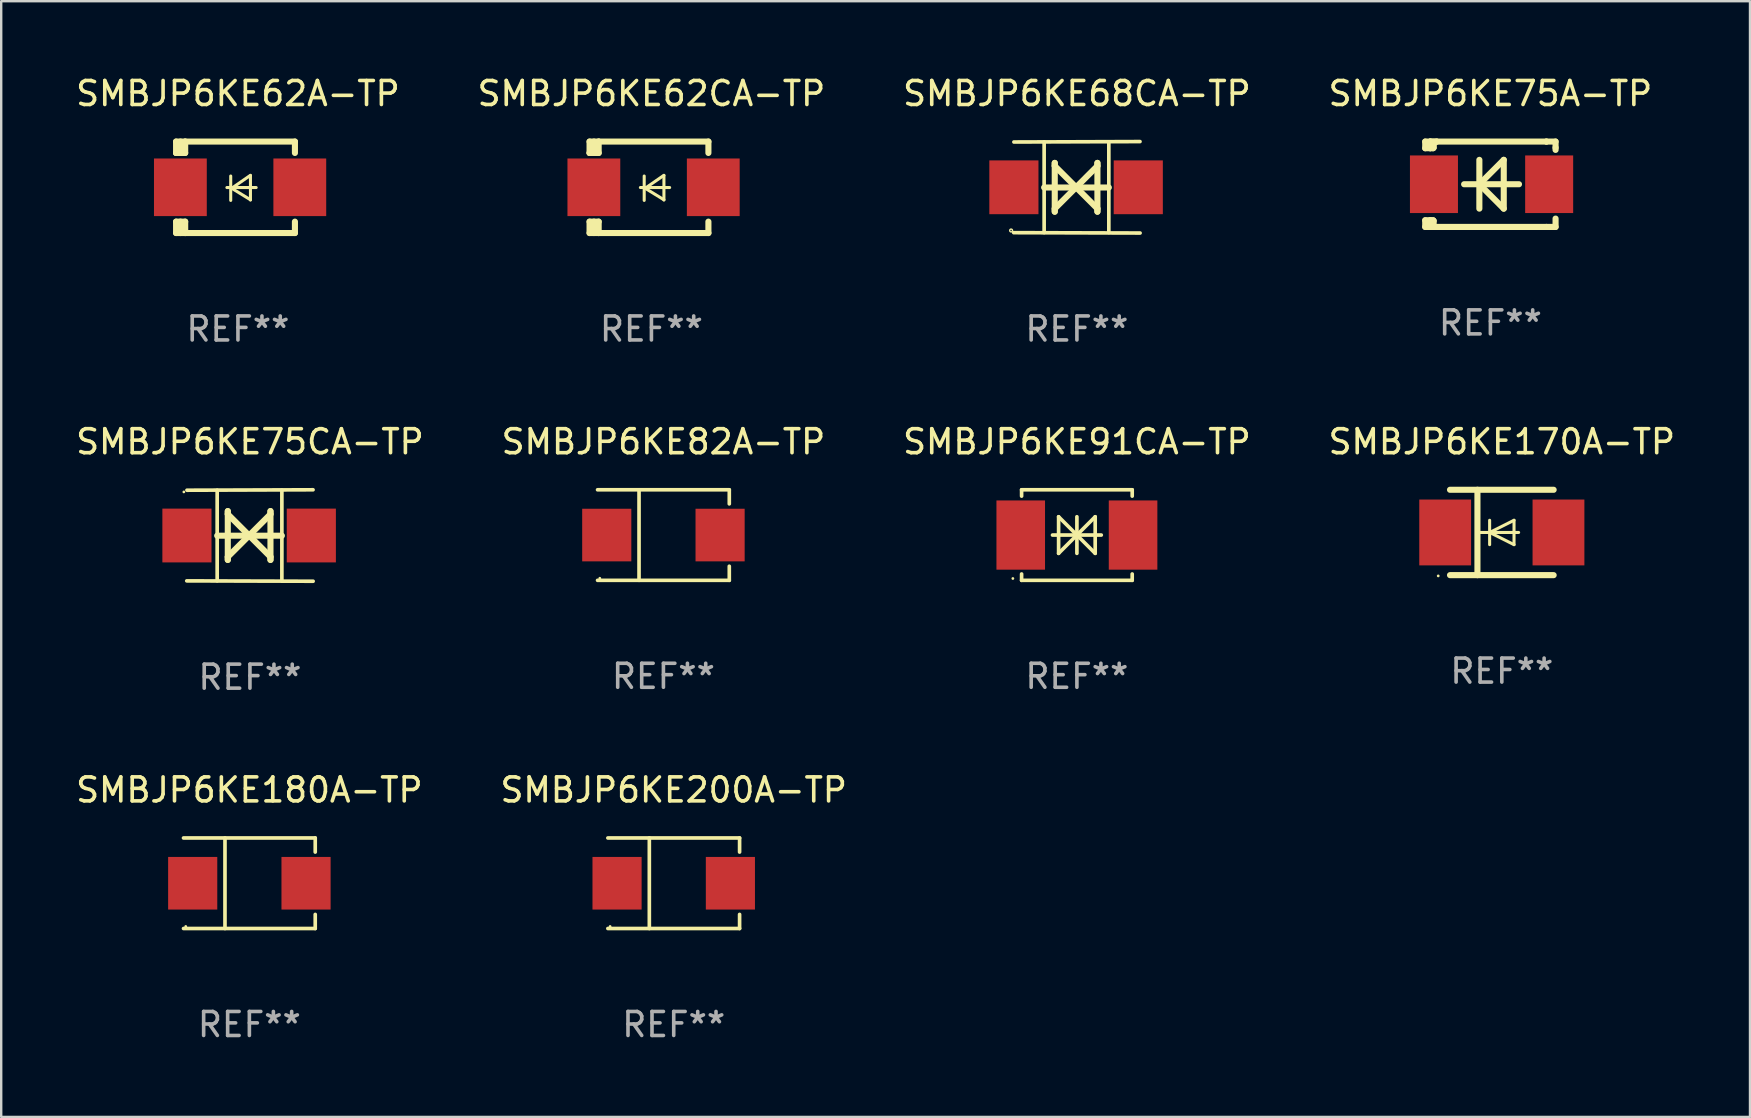
<source format=kicad_pcb>
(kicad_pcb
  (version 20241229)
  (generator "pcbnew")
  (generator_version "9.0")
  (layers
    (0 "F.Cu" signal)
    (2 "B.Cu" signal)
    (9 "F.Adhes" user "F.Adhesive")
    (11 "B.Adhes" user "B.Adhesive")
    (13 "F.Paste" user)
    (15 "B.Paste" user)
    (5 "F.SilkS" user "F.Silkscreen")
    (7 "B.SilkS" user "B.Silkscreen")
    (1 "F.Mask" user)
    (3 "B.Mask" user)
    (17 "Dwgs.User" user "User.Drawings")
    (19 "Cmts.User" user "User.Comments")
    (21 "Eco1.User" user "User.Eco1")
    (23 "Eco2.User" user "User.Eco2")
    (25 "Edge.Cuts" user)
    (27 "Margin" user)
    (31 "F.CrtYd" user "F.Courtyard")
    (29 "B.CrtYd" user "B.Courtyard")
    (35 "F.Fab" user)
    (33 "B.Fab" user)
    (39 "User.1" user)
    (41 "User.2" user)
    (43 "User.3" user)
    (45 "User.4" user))
  (footprint "SMBJP6KE75A-TP"
    (layer "F.Cu")
    (at 59.042 4.626)
    (property "Reference" "SMBJP6KE75A-TP" (at 0 -3.778 0) (layer "F.SilkS") (effects (font (size 1 1) (thickness 0.15))))
    (attr through_hole)
    (fp_line (start -2.715 -1.778) (end -2.715 -1.501) (stroke (width 0.254) (type solid)) (layer "F.SilkS"))
    (fp_line (start -2.715 -1.501) (end -2.505 -1.501) (stroke (width 0.254) (type solid)) (layer "F.SilkS"))
    (fp_line (start -2.715 1.501) (end -2.715 1.778) (stroke (width 0.254) (type solid)) (layer "F.SilkS"))
    (fp_line (start -2.715 1.501) (end -2.505 1.501) (stroke (width 0.254) (type solid)) (layer "F.SilkS"))
    (fp_line (start -2.715 1.778) (end -2.504 1.778) (stroke (width 0.254) (type solid)) (layer "F.SilkS"))
    (fp_line (start -2.505 -1.778) (end -2.715 -1.778) (stroke (width 0.254) (type solid)) (layer "F.SilkS"))
    (fp_line (start -2.505 -1.778) (end -2.238 -1.778) (stroke (width 0.254) (type solid)) (layer "F.SilkS"))
    (fp_line (start -2.505 -1.501) (end -2.505 -1.651) (stroke (width 0.254) (type solid)) (layer "F.SilkS"))
    (fp_line (start -2.505 -1.501) (end -2.388 -1.501) (stroke (width 0.254) (type solid)) (layer "F.SilkS"))
    (fp_line (start -2.505 1.501) (end -2.505 1.778) (stroke (width 0.254) (type solid)) (layer "F.SilkS"))
    (fp_line (start -2.505 1.501) (end -2.388 1.501) (stroke (width 0.254) (type solid)) (layer "F.SilkS"))
    (fp_line (start -2.388 1.501) (end -2.365 1.524) (stroke (width 0.254) (type solid)) (layer "F.SilkS"))
    (fp_line (start -2.388 -1.501) (end -2.365 -1.524) (stroke (width 0.254) (type solid)) (layer "F.SilkS"))
    (fp_line (start -2.365 -1.651) (end -2.505 -1.778) (stroke (width 0.254) (type solid)) (layer "F.SilkS"))
    (fp_line (start -2.365 -1.524) (end -2.365 -1.651) (stroke (width 0.254) (type solid)) (layer "F.SilkS"))
    (fp_line (start -2.365 1.524) (end -2.365 1.778) (stroke (width 0.254) (type solid)) (layer "F.SilkS"))
    (fp_line (start -2.239 -1.778) (end 2.333 -1.778) (stroke (width 0.254) (type solid)) (layer "F.SilkS"))
    (fp_line (start -2.238 -1.778) (end -2.505 -1.778) (stroke (width 0.254) (type solid)) (layer "F.SilkS"))
    (fp_line (start -1.095 0) (end 1.191 0) (stroke (width 0.254) (type solid)) (layer "F.SilkS"))
    (fp_line (start -0.46 -1.016) (end -0.46 1.016) (stroke (width 0.254) (type solid)) (layer "F.SilkS"))
    (fp_line (start -0.46 -0.000127) (end 0.556 1.016) (stroke (width 0.254) (type solid)) (layer "F.SilkS"))
    (fp_line (start 0.556 -1.016) (end 0.556 1.016) (stroke (width 0.254) (type solid)) (layer "F.SilkS"))
    (fp_line (start 0.556 -1.016) (end -0.46 -0.000127) (stroke (width 0.254) (type solid)) (layer "F.SilkS"))
    (fp_line (start 2.333 -1.778) (end 2.333 -1.778) (stroke (width 0.254) (type solid)) (layer "F.SilkS"))
    (fp_line (start 2.333 -1.778) (end 2.715 -1.778) (stroke (width 0.254) (type solid)) (layer "F.SilkS"))
    (fp_line (start 2.334 1.778) (end -2.504 1.778) (stroke (width 0.254) (type solid)) (layer "F.SilkS"))
    (fp_line (start 2.715 -1.778) (end 2.715 -1.524) (stroke (width 0.254) (type solid)) (layer "F.SilkS"))
    (fp_line (start 2.715 -1.524) (end 2.715 -1.431) (stroke (width 0.254) (type solid)) (layer "F.SilkS"))
    (fp_line (start 2.715 1.431) (end 2.715 1.778) (stroke (width 0.254) (type solid)) (layer "F.SilkS"))
    (fp_line (start 2.715 1.778) (end 2.334 1.778) (stroke (width 0.254) (type solid)) (layer "F.SilkS"))
    (fp_circle (center -2.602 1.8) (end -2.572 1.8) (stroke (width 0.06) (type solid)) (fill no) (layer "F.SilkS"))
    (fp_text user "REF**" (at 0 5.778 0) (layer "F.Fab") (effects (font (size 1 1) (thickness 0.15))))
    (pad "1" smd rect (at -2.352 -0.000076) (size 2 2.4) (layers "F.Cu" "F.Mask" "F.Paste"))
    (pad "2" smd rect (at 2.448 -0.000076) (size 2 2.4) (layers "F.Cu" "F.Mask" "F.Paste")))
  (footprint "SMBJP6KE82A-TP"
    (layer "F.Cu")
    (at 24.589 19.241)
    (property "Reference" "SMBJP6KE82A-TP" (at 0 -3.886 0) (layer "F.SilkS") (effects (font (size 1 1) (thickness 0.15))))
    (attr through_hole)
    (fp_line (start -2.744 -1.886) (end 2.744 -1.886) (stroke (width 0.152) (type solid)) (layer "F.SilkS"))
    (fp_line (start -2.744 1.886) (end 2.744 1.886) (stroke (width 0.152) (type solid)) (layer "F.SilkS"))
    (fp_line (start -1.016 -1.886) (end -1.016 1.886) (stroke (width 0.152) (type solid)) (layer "F.SilkS"))
    (fp_line (start 2.744 -1.886) (end 2.744 -1.299) (stroke (width 0.152) (type solid)) (layer "F.SilkS"))
    (fp_line (start 2.744 1.886) (end 2.744 1.299) (stroke (width 0.152) (type solid)) (layer "F.SilkS"))
    (fp_circle (center -2.65 1.8) (end -2.62 1.8) (stroke (width 0.06) (type solid)) (fill no) (layer "F.SilkS"))
    (fp_text user "REF**" (at 0 5.886 0) (layer "F.Fab") (effects (font (size 1 1) (thickness 0.15))))
    (pad "1" smd rect (at -2.361 0) (size 2.047 2.192) (layers "F.Cu" "F.Mask" "F.Paste"))
    (pad "2" smd rect (at 2.361 0) (size 2.047 2.192) (layers "F.Cu" "F.Mask" "F.Paste")))
  (footprint "SMBJP6KE62CA-TP"
    (layer "F.Cu")
    (at 24.089 4.753)
    (property "Reference" "SMBJP6KE62CA-TP" (at 0 -3.905 0) (layer "F.SilkS") (effects (font (size 1 1) (thickness 0.15))))
    (attr through_hole)
    (fp_line (start -2.577 -1.905) (end -2.577 -1.431) (stroke (width 0.254) (type solid)) (layer "F.SilkS"))
    (fp_line (start -2.577 1.431) (end -2.577 1.905) (stroke (width 0.254) (type solid)) (layer "F.SilkS"))
    (fp_line (start -2.577 1.431) (end -2.198 1.431) (stroke (width 0.254) (type solid)) (layer "F.SilkS"))
    (fp_line (start -2.577 1.905) (end -2.198 1.905) (stroke (width 0.254) (type solid)) (layer "F.SilkS"))
    (fp_line (start -2.577 -1.431) (end -2.577 -1.431) (stroke (width 0.254) (type solid)) (layer "F.SilkS"))
    (fp_line (start -2.395 -1.431) (end -2.395 -1.905) (stroke (width 0.254) (type solid)) (layer "F.SilkS"))
    (fp_line (start -2.395 1.905) (end -2.395 1.431) (stroke (width 0.254) (type solid)) (layer "F.SilkS"))
    (fp_line (start -2.198 -1.905) (end -2.577 -1.905) (stroke (width 0.254) (type solid)) (layer "F.SilkS"))
    (fp_line (start -2.198 -1.905) (end 2.374 -1.905) (stroke (width 0.254) (type solid)) (layer "F.SilkS"))
    (fp_line (start -2.198 -1.431) (end -2.577 -1.431) (stroke (width 0.254) (type solid)) (layer "F.SilkS"))
    (fp_line (start -2.198 -1.431) (end -2.198 -1.905) (stroke (width 0.254) (type solid)) (layer "F.SilkS"))
    (fp_line (start -2.198 1.905) (end -2.198 1.431) (stroke (width 0.254) (type solid)) (layer "F.SilkS"))
    (fp_line (start -0.46 0.01) (end 0.759 0.01) (stroke (width 0.127) (type solid)) (layer "F.SilkS"))
    (fp_line (start -0.301 -0.47) (end -0.301 0.546) (stroke (width 0.127) (type solid)) (layer "F.SilkS"))
    (fp_line (start -0.262 0.04) (end 0.521 0.52) (stroke (width 0.127) (type solid)) (layer "F.SilkS"))
    (fp_line (start 0.521 -0.5) (end -0.262 0.04) (stroke (width 0.127) (type solid)) (layer "F.SilkS"))
    (fp_line (start 0.521 0.53) (end 0.521 -0.486) (stroke (width 0.127) (type solid)) (layer "F.SilkS"))
    (fp_line (start 2.374 -1.905) (end 2.374 -1.431) (stroke (width 0.254) (type solid)) (layer "F.SilkS"))
    (fp_line (start 2.374 1.431) (end 2.374 1.905) (stroke (width 0.254) (type solid)) (layer "F.SilkS"))
    (fp_line (start 2.374 1.905) (end -2.198 1.905) (stroke (width 0.254) (type solid)) (layer "F.SilkS"))
    (fp_circle (center -2.561 1.8) (end -2.531 1.8) (stroke (width 0.06) (type solid)) (fill no) (layer "F.SilkS"))
    (fp_text user "REF**" (at 0 5.905 0) (layer "F.Fab") (effects (font (size 1 1) (thickness 0.15))))
    (pad "1" smd rect (at -2.398 -0.000025) (size 2.2 2.4) (layers "F.Cu" "F.Mask" "F.Paste"))
    (pad "2" smd rect (at 2.577 -0.000025) (size 2.2 2.4) (layers "F.Cu" "F.Mask" "F.Paste")))
  (footprint "SMBJP6KE75CA-TP"
    (layer "F.Cu")
    (at 7.363 19.26)
    (property "Reference" "SMBJP6KE75CA-TP" (at 0 -3.905 0) (layer "F.SilkS") (effects (font (size 1 1) (thickness 0.15))))
    (attr through_hole)
    (fp_line (start -1.365 1.886) (end -1.365 -1.886) (stroke (width 0.152) (type solid)) (layer "F.SilkS"))
    (fp_line (start -1.365 0.008) (end 1.33 0.008) (stroke (width 0.254) (type solid)) (layer "F.SilkS"))
    (fp_line (start -0.923 -1.016) (end -0.923 1.016) (stroke (width 0.254) (type solid)) (layer "F.SilkS"))
    (fp_line (start -0.923 -0.889) (end -0.923 -1.016) (stroke (width 0.254) (type solid)) (layer "F.SilkS"))
    (fp_line (start -0.923 0.889) (end -0.034 0) (stroke (width 0.254) (type solid)) (layer "F.SilkS"))
    (fp_line (start -0.923 1.016) (end -0.923 0.889) (stroke (width 0.254) (type solid)) (layer "F.SilkS"))
    (fp_line (start -0.034 0) (end -0.923 -0.889) (stroke (width 0.254) (type solid)) (layer "F.SilkS"))
    (fp_line (start -0.034 0) (end 0.855 0.889) (stroke (width 0.254) (type solid)) (layer "F.SilkS"))
    (fp_line (start 0.855 -1.016) (end 0.855 -0.889) (stroke (width 0.254) (type solid)) (layer "F.SilkS"))
    (fp_line (start 0.855 -0.889) (end -0.034 0) (stroke (width 0.254) (type solid)) (layer "F.SilkS"))
    (fp_line (start 0.855 0.889) (end 0.855 1.016) (stroke (width 0.254) (type solid)) (layer "F.SilkS"))
    (fp_line (start 0.855 1.016) (end 0.855 -1.016) (stroke (width 0.254) (type solid)) (layer "F.SilkS"))
    (fp_line (start 1.33 1.886) (end 1.33 -1.886) (stroke (width 0.152) (type solid)) (layer "F.SilkS"))
    (fp_line (start 2.629 -1.905) (end -2.625 -1.887) (stroke (width 0.152) (type solid)) (layer "F.SilkS"))
    (fp_line (start 2.633 1.905) (end -2.633 1.89) (stroke (width 0.152) (type solid)) (layer "F.SilkS"))
    (fp_circle (center -2.753 -1.816) (end -2.723 -1.816) (stroke (width 0.06) (type solid)) (fill no) (layer "F.SilkS"))
    (fp_text user "REF**" (at 0 5.905 0) (layer "F.Fab") (effects (font (size 1 1) (thickness 0.15))))
    (pad "1" smd rect (at -2.625 0) (size 2.047 2.241) (layers "F.Cu" "F.Mask" "F.Paste"))
    (pad "2" smd rect (at 2.557 0) (size 2.047 2.241) (layers "F.Cu" "F.Mask" "F.Paste")))
  (footprint "SMBJP6KE170A-TP"
    (layer "F.Cu")
    (at 59.518 19.133)
    (property "Reference" "SMBJP6KE170A-TP" (at 0 -3.778 0) (layer "F.SilkS") (effects (font (size 1 1) (thickness 0.15))))
    (attr through_hole)
    (fp_line (start -2.159 -1.778) (end 2.159 -1.778) (stroke (width 0.254) (type solid)) (layer "F.SilkS"))
    (fp_line (start -1.016 -1.778) (end -1.016 1.778) (stroke (width 0.254) (type solid)) (layer "F.SilkS"))
    (fp_line (start -0.508 -0.000064) (end 0.508 0.508) (stroke (width 0.127) (type solid)) (layer "F.SilkS"))
    (fp_line (start -0.508 0.508) (end -0.508 -0.508) (stroke (width 0.127) (type solid)) (layer "F.SilkS"))
    (fp_line (start 0.508 -0.508) (end -0.508 -0.000064) (stroke (width 0.127) (type solid)) (layer "F.SilkS"))
    (fp_line (start 0.508 0.508) (end 0.508 -0.508) (stroke (width 0.127) (type solid)) (layer "F.SilkS"))
    (fp_line (start 0.7 -0.000064) (end -1.016 -0.000064) (stroke (width 0.127) (type solid)) (layer "F.SilkS"))
    (fp_line (start 2.159 1.778) (end -2.159 1.778) (stroke (width 0.254) (type solid)) (layer "F.SilkS"))
    (fp_circle (center -2.65 1.81) (end -2.62 1.81) (stroke (width 0.06) (type solid)) (fill no) (layer "F.SilkS"))
    (fp_text user "REF**" (at 0 5.778 0) (layer "F.Fab") (effects (font (size 1 1) (thickness 0.15))))
    (pad "1" smd rect (at -2.36 0.000038) (size 2.159 2.743) (layers "F.Cu" "F.Mask" "F.Paste"))
    (pad "2" smd rect (at 2.36 0.000038) (size 2.159 2.743) (layers "F.Cu" "F.Mask" "F.Paste")))
  (footprint "SMBJP6KE91CA-TP"
    (layer "F.Cu")
    (at 41.815 19.241)
    (property "Reference" "SMBJP6KE91CA-TP" (at 0 -3.886 0) (layer "F.SilkS") (effects (font (size 1 1) (thickness 0.15))))
    (attr through_hole)
    (fp_line (start -2.304 -1.886) (end -2.304 -1.622) (stroke (width 0.152) (type solid)) (layer "F.SilkS"))
    (fp_line (start -2.304 -1.886) (end 2.304 -1.886) (stroke (width 0.152) (type solid)) (layer "F.SilkS"))
    (fp_line (start -2.304 1.622) (end -2.304 1.886) (stroke (width 0.152) (type solid)) (layer "F.SilkS"))
    (fp_line (start -2.304 1.886) (end 2.304 1.886) (stroke (width 0.152) (type solid)) (layer "F.SilkS"))
    (fp_line (start -1.016 0) (end 1.016 0) (stroke (width 0.152) (type solid)) (layer "F.SilkS"))
    (fp_line (start -0.762 -0.762) (end -0.762 0.762) (stroke (width 0.152) (type solid)) (layer "F.SilkS"))
    (fp_line (start -0.762 0.762) (end 0 0) (stroke (width 0.152) (type solid)) (layer "F.SilkS"))
    (fp_line (start 0 -0.762) (end 0 0.762) (stroke (width 0.152) (type solid)) (layer "F.SilkS"))
    (fp_line (start 0 0) (end -0.762 -0.762) (stroke (width 0.152) (type solid)) (layer "F.SilkS"))
    (fp_line (start 0 0) (end 0.762 0.762) (stroke (width 0.152) (type solid)) (layer "F.SilkS"))
    (fp_line (start 0.762 -0.762) (end 0 0) (stroke (width 0.152) (type solid)) (layer "F.SilkS"))
    (fp_line (start 0.762 0.762) (end 0.762 -0.762) (stroke (width 0.152) (type solid)) (layer "F.SilkS"))
    (fp_line (start 2.304 -1.886) (end 2.304 -1.622) (stroke (width 0.152) (type solid)) (layer "F.SilkS"))
    (fp_line (start 2.304 1.622) (end 2.304 1.886) (stroke (width 0.152) (type solid)) (layer "F.SilkS"))
    (fp_circle (center -2.668 1.81) (end -2.638 1.81) (stroke (width 0.06) (type solid)) (fill no) (layer "F.SilkS"))
    (fp_text user "REF**" (at 0 5.886 0) (layer "F.Fab") (effects (font (size 1 1) (thickness 0.15))))
    (pad "1" smd rect (at -2.34 0) (size 2.024 2.884) (layers "F.Cu" "F.Mask" "F.Paste"))
    (pad "2" smd rect (at 2.34 0) (size 2.024 2.884) (layers "F.Cu" "F.Mask" "F.Paste")))
  (footprint "SMBJP6KE62A-TP"
    (layer "F.Cu")
    (at 6.863 4.753)
    (property "Reference" "SMBJP6KE62A-TP" (at 0 -3.905 0) (layer "F.SilkS") (effects (font (size 1 1) (thickness 0.15))))
    (attr through_hole)
    (fp_line (start -2.577 -1.905) (end -2.577 -1.431) (stroke (width 0.254) (type solid)) (layer "F.SilkS"))
    (fp_line (start -2.577 1.431) (end -2.577 1.905) (stroke (width 0.254) (type solid)) (layer "F.SilkS"))
    (fp_line (start -2.577 1.431) (end -2.198 1.431) (stroke (width 0.254) (type solid)) (layer "F.SilkS"))
    (fp_line (start -2.577 1.905) (end -2.198 1.905) (stroke (width 0.254) (type solid)) (layer "F.SilkS"))
    (fp_line (start -2.577 -1.431) (end -2.577 -1.431) (stroke (width 0.254) (type solid)) (layer "F.SilkS"))
    (fp_line (start -2.395 -1.431) (end -2.395 -1.905) (stroke (width 0.254) (type solid)) (layer "F.SilkS"))
    (fp_line (start -2.395 1.905) (end -2.395 1.431) (stroke (width 0.254) (type solid)) (layer "F.SilkS"))
    (fp_line (start -2.198 -1.905) (end -2.577 -1.905) (stroke (width 0.254) (type solid)) (layer "F.SilkS"))
    (fp_line (start -2.198 -1.905) (end 2.374 -1.905) (stroke (width 0.254) (type solid)) (layer "F.SilkS"))
    (fp_line (start -2.198 -1.431) (end -2.577 -1.431) (stroke (width 0.254) (type solid)) (layer "F.SilkS"))
    (fp_line (start -2.198 -1.431) (end -2.198 -1.905) (stroke (width 0.254) (type solid)) (layer "F.SilkS"))
    (fp_line (start -2.198 1.905) (end -2.198 1.431) (stroke (width 0.254) (type solid)) (layer "F.SilkS"))
    (fp_line (start -0.46 0.01) (end 0.759 0.01) (stroke (width 0.127) (type solid)) (layer "F.SilkS"))
    (fp_line (start -0.301 -0.47) (end -0.301 0.546) (stroke (width 0.127) (type solid)) (layer "F.SilkS"))
    (fp_line (start -0.262 0.04) (end 0.521 0.52) (stroke (width 0.127) (type solid)) (layer "F.SilkS"))
    (fp_line (start 0.521 -0.5) (end -0.262 0.04) (stroke (width 0.127) (type solid)) (layer "F.SilkS"))
    (fp_line (start 0.521 0.53) (end 0.521 -0.486) (stroke (width 0.127) (type solid)) (layer "F.SilkS"))
    (fp_line (start 2.374 -1.905) (end 2.374 -1.431) (stroke (width 0.254) (type solid)) (layer "F.SilkS"))
    (fp_line (start 2.374 1.431) (end 2.374 1.905) (stroke (width 0.254) (type solid)) (layer "F.SilkS"))
    (fp_line (start 2.374 1.905) (end -2.198 1.905) (stroke (width 0.254) (type solid)) (layer "F.SilkS"))
    (fp_circle (center -2.561 1.8) (end -2.531 1.8) (stroke (width 0.06) (type solid)) (fill no) (layer "F.SilkS"))
    (fp_text user "REF**" (at 0 5.905 0) (layer "F.Fab") (effects (font (size 1 1) (thickness 0.15))))
    (pad "1" smd rect (at -2.398 -0.000025) (size 2.2 2.4) (layers "F.Cu" "F.Mask" "F.Paste"))
    (pad "2" smd rect (at 2.577 -0.000025) (size 2.2 2.4) (layers "F.Cu" "F.Mask" "F.Paste")))
  (footprint "SMBJP6KE68CA-TP"
    (layer "F.Cu")
    (at 41.815 4.753)
    (property "Reference" "SMBJP6KE68CA-TP" (at 0 -3.905 0) (layer "F.SilkS") (effects (font (size 1 1) (thickness 0.15))))
    (attr through_hole)
    (fp_line (start -1.365 1.886) (end -1.365 -1.886) (stroke (width 0.152) (type solid)) (layer "F.SilkS"))
    (fp_line (start -1.365 0.008) (end 1.33 0.008) (stroke (width 0.254) (type solid)) (layer "F.SilkS"))
    (fp_line (start -0.923 -1.016) (end -0.923 1.016) (stroke (width 0.254) (type solid)) (layer "F.SilkS"))
    (fp_line (start -0.923 -0.889) (end -0.923 -1.016) (stroke (width 0.254) (type solid)) (layer "F.SilkS"))
    (fp_line (start -0.923 0.889) (end -0.034 0) (stroke (width 0.254) (type solid)) (layer "F.SilkS"))
    (fp_line (start -0.923 1.016) (end -0.923 0.889) (stroke (width 0.254) (type solid)) (layer "F.SilkS"))
    (fp_line (start -0.034 0) (end -0.923 -0.889) (stroke (width 0.254) (type solid)) (layer "F.SilkS"))
    (fp_line (start -0.034 0) (end 0.855 0.889) (stroke (width 0.254) (type solid)) (layer "F.SilkS"))
    (fp_line (start 0.855 -1.016) (end 0.855 -0.889) (stroke (width 0.254) (type solid)) (layer "F.SilkS"))
    (fp_line (start 0.855 -0.889) (end -0.034 0) (stroke (width 0.254) (type solid)) (layer "F.SilkS"))
    (fp_line (start 0.855 0.889) (end 0.855 1.016) (stroke (width 0.254) (type solid)) (layer "F.SilkS"))
    (fp_line (start 0.855 1.016) (end 0.855 -1.016) (stroke (width 0.254) (type solid)) (layer "F.SilkS"))
    (fp_line (start 1.33 1.886) (end 1.33 -1.886) (stroke (width 0.152) (type solid)) (layer "F.SilkS"))
    (fp_line (start 2.629 -1.905) (end -2.625 -1.887) (stroke (width 0.152) (type solid)) (layer "F.SilkS"))
    (fp_line (start 2.633 1.905) (end -2.633 1.89) (stroke (width 0.152) (type solid)) (layer "F.SilkS"))
    (fp_circle (center -2.741 1.8) (end -2.712 1.8) (stroke (width 0.06) (type solid)) (fill no) (layer "F.SilkS"))
    (fp_text user "REF**" (at 0 5.905 0) (layer "F.Fab") (effects (font (size 1 1) (thickness 0.15))))
    (pad "1" smd rect (at -2.625 0) (size 2.047 2.241) (layers "F.Cu" "F.Mask" "F.Paste"))
    (pad "2" smd rect (at 2.557 0) (size 2.047 2.241) (layers "F.Cu" "F.Mask" "F.Paste")))
  (footprint "SMBJP6KE180A-TP"
    (layer "F.Cu")
    (at 7.339 33.747)
    (property "Reference" "SMBJP6KE180A-TP" (at 0 -3.886 0) (layer "F.SilkS") (effects (font (size 1 1) (thickness 0.15))))
    (attr through_hole)
    (fp_line (start -2.744 -1.886) (end 2.744 -1.886) (stroke (width 0.152) (type solid)) (layer "F.SilkS"))
    (fp_line (start -2.744 1.886) (end 2.744 1.886) (stroke (width 0.152) (type solid)) (layer "F.SilkS"))
    (fp_line (start -1.016 -1.886) (end -1.016 1.886) (stroke (width 0.152) (type solid)) (layer "F.SilkS"))
    (fp_line (start 2.744 -1.886) (end 2.744 -1.299) (stroke (width 0.152) (type solid)) (layer "F.SilkS"))
    (fp_line (start 2.744 1.886) (end 2.744 1.299) (stroke (width 0.152) (type solid)) (layer "F.SilkS"))
    (fp_circle (center -2.65 1.8) (end -2.62 1.8) (stroke (width 0.06) (type solid)) (fill no) (layer "F.SilkS"))
    (fp_text user "REF**" (at 0 5.886 0) (layer "F.Fab") (effects (font (size 1 1) (thickness 0.15))))
    (pad "1" smd rect (at -2.361 0) (size 2.047 2.192) (layers "F.Cu" "F.Mask" "F.Paste"))
    (pad "2" smd rect (at 2.361 0) (size 2.047 2.192) (layers "F.Cu" "F.Mask" "F.Paste")))
  (footprint "SMBJP6KE200A-TP"
    (layer "F.Cu")
    (at 25.018 33.747)
    (property "Reference" "SMBJP6KE200A-TP" (at 0 -3.886 0) (layer "F.SilkS") (effects (font (size 1 1) (thickness 0.15))))
    (attr through_hole)
    (fp_line (start -2.744 -1.886) (end 2.744 -1.886) (stroke (width 0.152) (type solid)) (layer "F.SilkS"))
    (fp_line (start -2.744 1.886) (end 2.744 1.886) (stroke (width 0.152) (type solid)) (layer "F.SilkS"))
    (fp_line (start -1.016 -1.886) (end -1.016 1.886) (stroke (width 0.152) (type solid)) (layer "F.SilkS"))
    (fp_line (start 2.744 -1.886) (end 2.744 -1.299) (stroke (width 0.152) (type solid)) (layer "F.SilkS"))
    (fp_line (start 2.744 1.886) (end 2.744 1.299) (stroke (width 0.152) (type solid)) (layer "F.SilkS"))
    (fp_circle (center -2.65 1.8) (end -2.62 1.8) (stroke (width 0.06) (type solid)) (fill no) (layer "F.SilkS"))
    (fp_text user "REF**" (at 0 5.886 0) (layer "F.Fab") (effects (font (size 1 1) (thickness 0.15))))
    (pad "1" smd rect (at -2.361 0) (size 2.047 2.192) (layers "F.Cu" "F.Mask" "F.Paste"))
    (pad "2" smd rect (at 2.361 0) (size 2.047 2.192) (layers "F.Cu" "F.Mask" "F.Paste")))
  (gr_rect
    (start -3 -3)
    (end 69.857 43.482)
    (stroke (width 0.1) (type default))
    (fill no)
    (layer "Edge.Cuts")))
</source>
